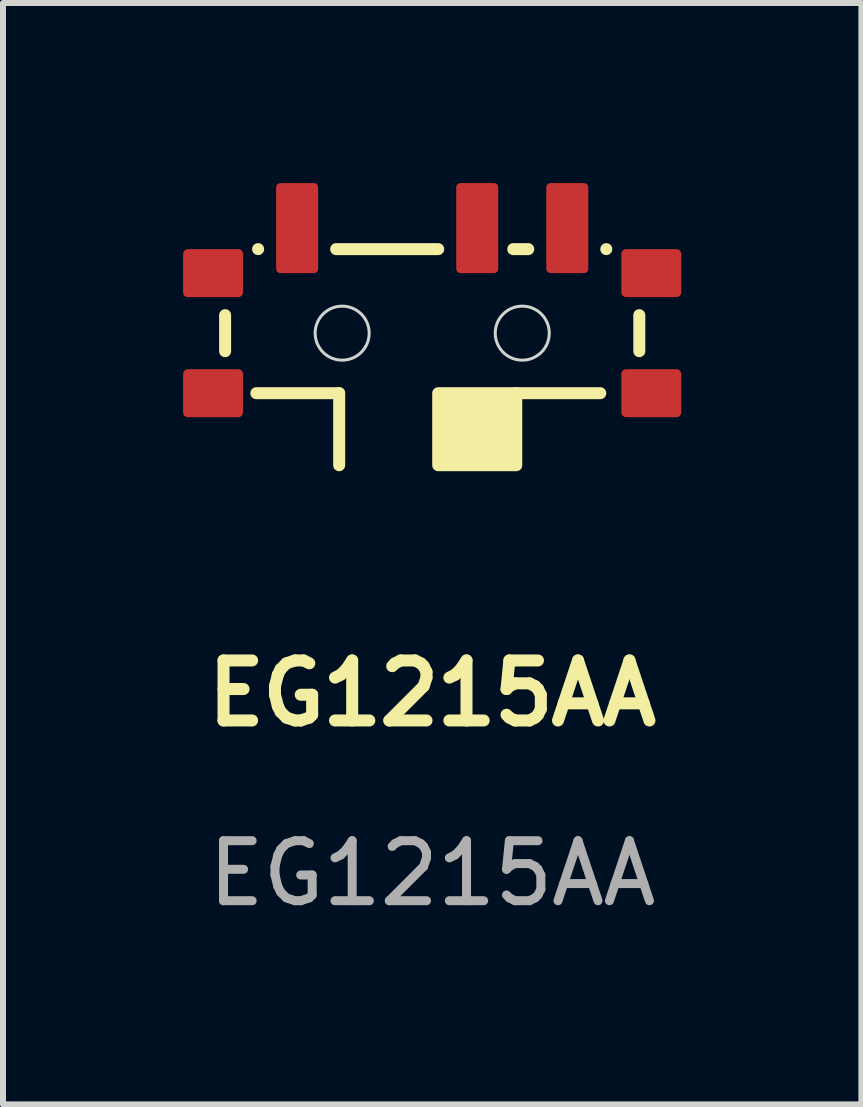
<source format=kicad_pcb>
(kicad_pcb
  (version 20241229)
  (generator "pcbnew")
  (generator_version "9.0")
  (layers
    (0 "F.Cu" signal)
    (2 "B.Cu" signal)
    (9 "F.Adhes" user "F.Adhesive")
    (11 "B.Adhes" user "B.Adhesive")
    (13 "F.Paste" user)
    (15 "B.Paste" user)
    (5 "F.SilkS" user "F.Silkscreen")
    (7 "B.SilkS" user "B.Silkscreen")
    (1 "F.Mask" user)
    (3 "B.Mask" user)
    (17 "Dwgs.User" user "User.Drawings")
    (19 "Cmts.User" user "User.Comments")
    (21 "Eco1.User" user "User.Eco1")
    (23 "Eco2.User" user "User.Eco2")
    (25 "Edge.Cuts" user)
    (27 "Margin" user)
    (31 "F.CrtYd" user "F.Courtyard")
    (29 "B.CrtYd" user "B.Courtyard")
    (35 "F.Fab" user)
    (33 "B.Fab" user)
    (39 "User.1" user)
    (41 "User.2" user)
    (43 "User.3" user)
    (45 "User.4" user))
  (footprint "EG1215AA"
    (layer "F.Cu")
    (at 4.15 2.5)
    (property "Reference" "EG1215AA" (at 0 6 0) (unlocked yes) (layer "F.SilkS") (effects (font (size 1 1) (thickness 0.2) (bold yes))))
    (attr smd)
    (fp_line (start -3.45 -0.3) (end -3.45 0.3) (stroke (width 0.2) (type default)) (layer "F.SilkS"))
    (fp_line (start -2.93 1) (end -1.55 1) (stroke (width 0.2) (type default)) (layer "F.SilkS"))
    (fp_line (start -2.9 -1.4) (end -2.9 -1.4) (stroke (width 0.2) (type default)) (layer "F.SilkS"))
    (fp_line (start -1.6 -1.4) (end 0.1 -1.4) (stroke (width 0.2) (type default)) (layer "F.SilkS"))
    (fp_line (start -1.55 1) (end -1.55 2.2) (stroke (width 0.2) (type default)) (layer "F.SilkS"))
    (fp_line (start 1.35 -1.4) (end 1.6 -1.4) (stroke (width 0.2) (type default)) (layer "F.SilkS"))
    (fp_line (start 1.4 1) (end 2.8 1) (stroke (width 0.2) (type default)) (layer "F.SilkS"))
    (fp_line (start 2.9 -1.4) (end 2.9 -1.4) (stroke (width 0.2) (type default)) (layer "F.SilkS"))
    (fp_line (start 3.45 -0.3) (end 3.45 0.3) (stroke (width 0.2) (type default)) (layer "F.SilkS"))
    (fp_rect (start 0.1 1) (end 1.4 2.2) (stroke (width 0.2) (type solid)) (fill yes) (layer "F.SilkS"))
    (fp_circle (center -1.5 0) (end -1.05 0) (stroke (width 0.05) (type default)) (fill no) (layer "Edge.Cuts"))
    (fp_circle (center 1.5 0) (end 1.95 0) (stroke (width 0.05) (type default)) (fill no) (layer "Edge.Cuts"))
    (fp_text user "${REFERENCE}" (at 0 9 0) (unlocked yes) (layer "F.Fab") (effects (font (size 1 1) (thickness 0.15))))
    (pad "1" smd roundrect (at -2.25 -1.75) (size 0.7 1.5) (layers "F.Cu" "F.Mask" "F.Paste") (roundrect_rratio 0.1))
    (pad "2" smd roundrect (at 0.75 -1.75) (size 0.7 1.5) (layers "F.Cu" "F.Mask" "F.Paste") (roundrect_rratio 0.1))
    (pad "3" smd roundrect (at 2.25 -1.75) (size 0.7 1.5) (layers "F.Cu" "F.Mask" "F.Paste") (roundrect_rratio 0.1))
    (pad "EP" smd roundrect (at -3.65 -1) (size 1 0.8) (layers "F.Cu" "F.Mask" "F.Paste") (roundrect_rratio 0.1))
    (pad "EP" smd roundrect (at -3.65 1) (size 1 0.8) (layers "F.Cu" "F.Mask" "F.Paste") (roundrect_rratio 0.1))
    (pad "EP" smd roundrect (at 3.65 -1) (size 1 0.8) (layers "F.Cu" "F.Mask" "F.Paste") (roundrect_rratio 0.1))
    (pad "EP" smd roundrect (at 3.65 1) (size 1 0.8) (layers "F.Cu" "F.Mask" "F.Paste") (roundrect_rratio 0.1)))
  (gr_rect
    (start -3 -3)
    (end 11.3 15.348)
    (stroke (width 0.1) (type default))
    (fill no)
    (layer "Edge.Cuts")))
</source>
